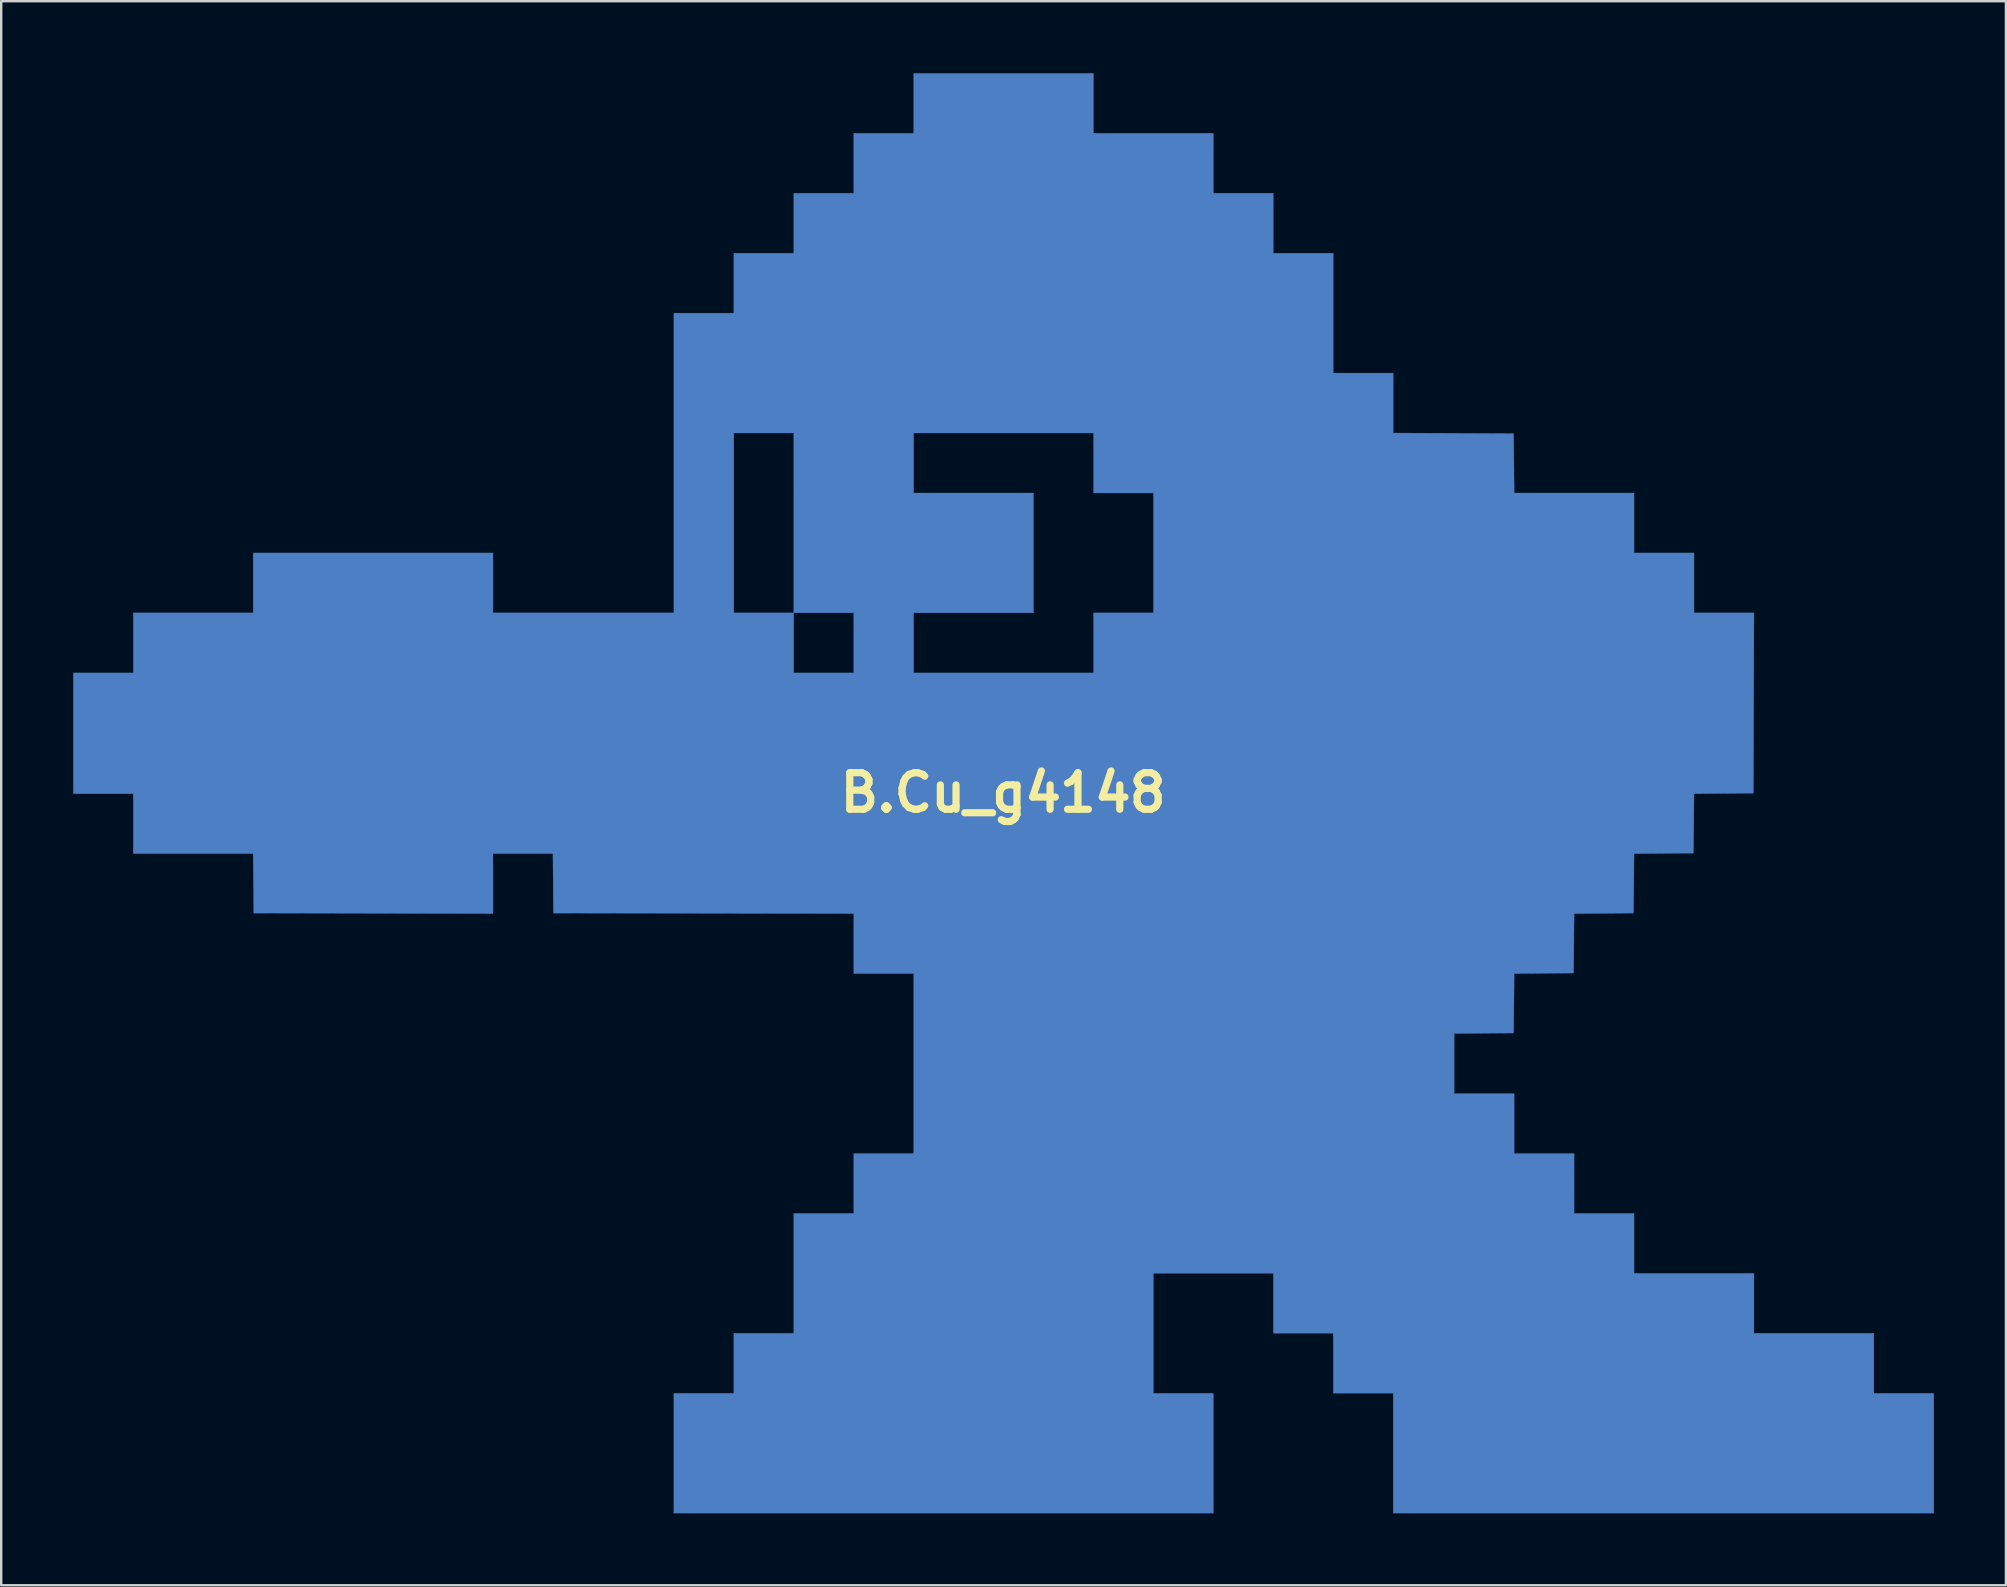
<source format=kicad_pcb>
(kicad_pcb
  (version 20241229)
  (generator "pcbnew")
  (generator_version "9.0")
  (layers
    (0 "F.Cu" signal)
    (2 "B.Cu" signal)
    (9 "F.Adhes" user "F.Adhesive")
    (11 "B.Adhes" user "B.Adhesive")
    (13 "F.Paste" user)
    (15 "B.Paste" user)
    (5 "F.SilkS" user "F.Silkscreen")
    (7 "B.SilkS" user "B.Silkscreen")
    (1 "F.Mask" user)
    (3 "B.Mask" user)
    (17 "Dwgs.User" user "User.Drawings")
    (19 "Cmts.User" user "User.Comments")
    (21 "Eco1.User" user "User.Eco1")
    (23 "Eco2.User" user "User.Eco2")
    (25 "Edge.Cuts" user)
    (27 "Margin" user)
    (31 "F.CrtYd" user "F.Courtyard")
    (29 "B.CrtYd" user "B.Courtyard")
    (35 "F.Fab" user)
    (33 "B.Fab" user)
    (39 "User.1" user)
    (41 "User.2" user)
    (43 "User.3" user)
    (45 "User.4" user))
  (footprint "B.Cu_g4148"
    (layer "F.Cu")
    (at 38.74 29.977)
    (property "Reference" "B.Cu_g4148" (at 0 0 0) (layer "F.SilkS") (effects (font (size 1.524 1.524) (thickness 0.3))))
    (attr through_hole)
    (fp_poly (pts (xy 3.768 -27.474) (xy 8.763 -27.474) (xy 8.763 -24.977) (xy 11.261 -24.977) (xy 11.261 -22.479) (xy 13.758 -22.479) (xy 13.758 -17.484) (xy 16.256 -17.484) (xy 16.256 -14.987) (xy 21.273 -14.965) (xy 21.284 -13.727) (xy 21.295 -12.488) (xy 26.289 -12.488) (xy 26.289 -9.991) (xy 28.787 -9.991) (xy 28.787 -7.493) (xy 31.285 -7.493) (xy 31.263 0.021) (xy 30.026 0.032) (xy 28.788 0.044) (xy 28.777 1.281) (xy 28.765 2.519) (xy 27.528 2.53) (xy 26.29 2.541) (xy 26.279 3.779) (xy 26.268 5.016) (xy 25.03 5.028) (xy 23.793 5.039) (xy 23.781 6.277) (xy 23.77 7.514) (xy 22.533 7.525) (xy 21.295 7.537) (xy 21.284 8.774) (xy 21.273 10.012) (xy 20.034 10.023) (xy 18.796 10.034) (xy 18.796 12.531) (xy 21.294 12.531) (xy 21.294 15.028) (xy 23.791 15.028) (xy 23.791 17.526) (xy 26.289 17.526) (xy 26.289 20.024) (xy 31.284 20.024) (xy 31.284 22.521) (xy 36.28 22.521) (xy 36.28 25.019) (xy 38.777 25.019) (xy 38.777 30.014) (xy 16.256 30.014) (xy 16.256 25.019) (xy 13.758 25.019) (xy 13.758 22.521) (xy 11.261 22.521) (xy 11.261 20.024) (xy 6.265 20.024) (xy 6.265 25.019) (xy 8.763 25.019) (xy 8.763 30.014) (xy -13.716 30.014) (xy -13.716 25.019) (xy -11.218 25.019) (xy -11.218 22.521) (xy -8.721 22.521) (xy -8.721 17.526) (xy -6.223 17.526) (xy -6.223 15.028) (xy -3.725 15.028) (xy -3.725 7.535) (xy -6.223 7.535) (xy -6.223 5.038) (xy -18.733 5.016) (xy -18.755 2.54) (xy -21.251 2.54) (xy -21.251 5.038) (xy -26.236 5.027) (xy -31.221 5.016) (xy -31.232 3.778) (xy -31.243 2.54) (xy -33.74 2.54) (xy -36.237 2.54) (xy -36.237 0.042) (xy -38.735 0.042) (xy -38.735 -4.995) (xy -36.237 -4.995) (xy -36.237 -7.493) (xy -31.242 -7.493) (xy -31.242 -9.991) (xy -21.251 -9.991) (xy -21.251 -7.493) (xy -13.716 -7.493) (xy -13.716 -14.986) (xy -11.218 -14.986) (xy -11.218 -7.493) (xy -8.721 -7.493) (xy -8.721 -4.995) (xy -6.223 -4.995) (xy -6.223 -7.493) (xy -8.721 -7.493) (xy -8.721 -14.986) (xy -3.725 -14.986) (xy -3.725 -12.488) (xy 1.27 -12.488) (xy 1.27 -7.493) (xy -3.725 -7.493) (xy -3.725 -4.995) (xy 3.768 -4.995) (xy 3.768 -7.493) (xy 6.265 -7.493) (xy 6.265 -12.488) (xy 3.768 -12.488) (xy 3.768 -14.986) (xy -3.725 -14.986) (xy -8.721 -14.986) (xy -11.218 -14.986) (xy -13.716 -14.986) (xy -13.716 -19.981) (xy -11.218 -19.981) (xy -11.218 -22.479) (xy -8.721 -22.479) (xy -8.721 -24.977) (xy -6.223 -24.977) (xy -6.223 -27.474) (xy -3.725 -27.474) (xy -3.725 -29.972) (xy 3.768 -29.972) (xy 3.768 -27.474)) (stroke (width 0.01) (type solid)) (fill yes) (layer "B.Cu")))
  (gr_rect
    (start -3 -3)
    (end 80.522 62.996)
    (stroke (width 0.1) (type default))
    (fill no)
    (layer "Edge.Cuts")))
</source>
